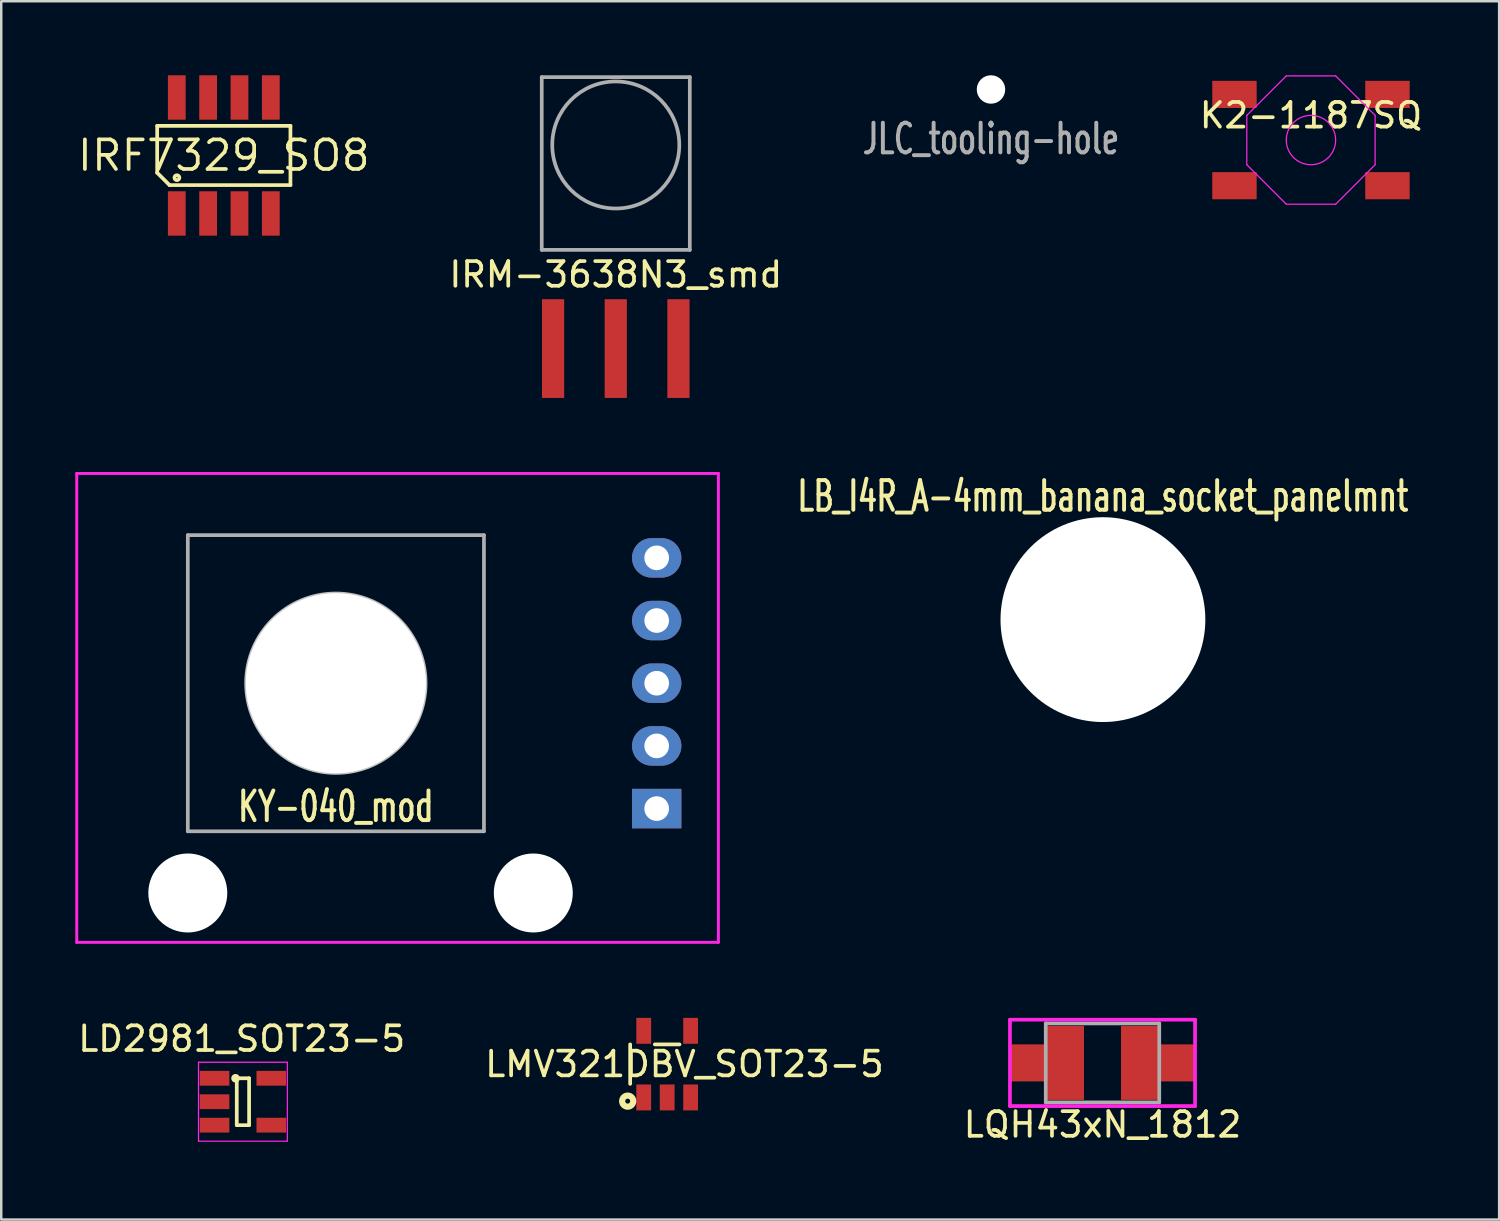
<source format=kicad_pcb>
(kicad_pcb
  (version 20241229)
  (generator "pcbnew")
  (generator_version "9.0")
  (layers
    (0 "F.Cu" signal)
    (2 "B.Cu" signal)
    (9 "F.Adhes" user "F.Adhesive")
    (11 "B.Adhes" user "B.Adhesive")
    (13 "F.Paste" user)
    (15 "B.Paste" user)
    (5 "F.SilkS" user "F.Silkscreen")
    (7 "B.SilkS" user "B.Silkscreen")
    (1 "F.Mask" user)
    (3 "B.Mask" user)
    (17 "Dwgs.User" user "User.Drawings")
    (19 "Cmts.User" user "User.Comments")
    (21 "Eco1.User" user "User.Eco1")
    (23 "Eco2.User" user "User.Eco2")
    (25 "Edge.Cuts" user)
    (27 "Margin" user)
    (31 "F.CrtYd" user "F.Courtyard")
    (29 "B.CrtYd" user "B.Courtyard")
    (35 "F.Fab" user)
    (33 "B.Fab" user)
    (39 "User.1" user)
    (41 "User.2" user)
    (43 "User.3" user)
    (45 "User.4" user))
  (footprint "LQH43xN_1812"
    (layer "F.Cu")
    (at 41.625 40.02)
    (property "Reference" "LQH43xN_1812" (at 0 2.5 0) (layer "F.SilkS") (effects (font (size 1 1) (thickness 0.15))))
    (attr through_hole)
    (fp_line (start -3.75 -1.75) (end 3.75 -1.75) (stroke (width 0.15) (type solid)) (layer "F.CrtYd"))
    (fp_line (start -3.75 1.75) (end -3.75 -1.75) (stroke (width 0.15) (type solid)) (layer "F.CrtYd"))
    (fp_line (start 3.75 -1.75) (end 3.75 1.75) (stroke (width 0.15) (type solid)) (layer "F.CrtYd"))
    (fp_line (start 3.75 1.75) (end -3.75 1.75) (stroke (width 0.15) (type solid)) (layer "F.CrtYd"))
    (fp_line (start -2.3 -1.6) (end 2.3 -1.6) (stroke (width 0.15) (type solid)) (layer "F.Fab"))
    (fp_line (start -2.3 1.6) (end -2.3 -1.6) (stroke (width 0.15) (type solid)) (layer "F.Fab"))
    (fp_line (start 2.3 -1.6) (end 2.3 1.6) (stroke (width 0.15) (type solid)) (layer "F.Fab"))
    (fp_line (start 2.3 1.6) (end -2.3 1.6) (stroke (width 0.15) (type solid)) (layer "F.Fab"))
    (pad "1" smd rect (at -3 0 90) (size 1.5 1.5) (layers "F.Cu" "F.Mask" "F.Paste"))
    (pad "1" smd rect (at -1.5 0) (size 1.5 3) (layers "F.Cu" "F.Mask" "F.Paste"))
    (pad "2" smd rect (at 1.5 0) (size 1.5 3) (layers "F.Cu" "F.Mask" "F.Paste"))
    (pad "2" smd rect (at 3 0 90) (size 1.5 1.5) (layers "F.Cu" "F.Mask" "F.Paste")))
  (footprint "LMV321DBV_SOT23-5"
    (layer "F.Cu")
    (at 23.985 40.07)
    (property "Reference" "LMV321DBV_SOT23-5" (at 0.7 0 0) (layer "F.SilkS") (effects (font (size 1 1) (thickness 0.15))))
    (attr through_hole)
    (fp_line (start -1.5 -0.8) (end -1.5 0.8) (stroke (width 0.15) (type solid)) (layer "F.SilkS"))
    (fp_line (start -0.5 -0.8) (end 0.5 -0.8) (stroke (width 0.15) (type solid)) (layer "F.SilkS"))
    (fp_circle (center -1.6 1.5) (end -1.5 1.5) (stroke (width 0.25) (type solid)) (fill no) (layer "F.SilkS"))
    (pad "1" smd rect (at -0.95 1.35) (size 0.6 1.05) (layers "F.Cu" "F.Mask" "F.Paste"))
    (pad "2" smd rect (at 0 1.35) (size 0.6 1.05) (layers "F.Cu" "F.Mask" "F.Paste"))
    (pad "3" smd rect (at 0.95 1.35) (size 0.6 1.05) (layers "F.Cu" "F.Mask" "F.Paste"))
    (pad "4" smd rect (at 0.95 -1.35) (size 0.6 1.05) (layers "F.Cu" "F.Mask" "F.Paste"))
    (pad "5" smd rect (at -0.95 -1.35) (size 0.6 1.05) (layers "F.Cu" "F.Mask" "F.Paste")))
  (footprint "IRF7329_SO8"
    (layer "F.Cu")
    (at 6.019 3.25)
    (property "Reference" "IRF7329_SO8" (at 0 0 0) (layer "F.SilkS") (effects (font (size 1.2 1.2) (thickness 0.15))))
    (attr through_hole)
    (fp_line (start -2.7 -1.2) (end 2.7 -1.2) (stroke (width 0.15) (type solid)) (layer "F.SilkS"))
    (fp_line (start -2.7 0.7) (end -2.7 -1.2) (stroke (width 0.15) (type solid)) (layer "F.SilkS"))
    (fp_line (start -2.2 1.2) (end -2.7 0.7) (stroke (width 0.15) (type solid)) (layer "F.SilkS"))
    (fp_line (start 2.7 -1.2) (end 2.7 1.2) (stroke (width 0.15) (type solid)) (layer "F.SilkS"))
    (fp_line (start 2.7 1.2) (end -2.2 1.2) (stroke (width 0.15) (type solid)) (layer "F.SilkS"))
    (fp_circle (center -1.9 0.9) (end -1.8 0.9) (stroke (width 0.15) (type solid)) (fill no) (layer "F.SilkS"))
    (pad "1" smd rect (at -1.905 2.35) (size 0.72 1.8) (layers "F.Cu" "F.Mask" "F.Paste"))
    (pad "2" smd rect (at -0.635 2.35) (size 0.72 1.8) (layers "F.Cu" "F.Mask" "F.Paste"))
    (pad "3" smd rect (at 0.635 2.35) (size 0.72 1.8) (layers "F.Cu" "F.Mask" "F.Paste"))
    (pad "4" smd rect (at 1.905 2.35) (size 0.72 1.8) (layers "F.Cu" "F.Mask" "F.Paste"))
    (pad "5" smd rect (at 1.905 -2.35) (size 0.72 1.8) (layers "F.Cu" "F.Mask" "F.Paste"))
    (pad "6" smd rect (at 0.635 -2.35) (size 0.72 1.8) (layers "F.Cu" "F.Mask" "F.Paste"))
    (pad "7" smd rect (at -0.635 -2.35) (size 0.72 1.8) (layers "F.Cu" "F.Mask" "F.Paste"))
    (pad "8" smd rect (at -1.905 -2.35) (size 0.72 1.8) (layers "F.Cu" "F.Mask" "F.Paste")))
  (footprint "JLC_tooling-hole"
    (layer "F.Cu")
    (at 37.106 0.576)
    (property "Reference" "JLC_tooling-hole" (at 0 2 0) (layer "F.Fab") (effects (font (size 1.2 0.8) (thickness 0.16))))
    (attr through_hole)
    (pad "" np_thru_hole circle (at 0 0) (size 1.152 1.152) (drill 1.152) (layers "*.Cu" "*.Mask")))
  (footprint "IRM-3638N3_smd"
    (layer "F.Cu")
    (at 21.902 9.075)
    (property "Reference" "IRM-3638N3_smd" (at 0 -1 0) (layer "F.SilkS") (effects (font (size 1 1) (thickness 0.15))))
    (attr through_hole)
    (fp_line (start -3 -9) (end -3 -2) (stroke (width 0.15) (type solid)) (layer "F.Fab"))
    (fp_line (start -3 -2) (end 3 -2) (stroke (width 0.15) (type solid)) (layer "F.Fab"))
    (fp_line (start 3 -9) (end -3 -9) (stroke (width 0.15) (type solid)) (layer "F.Fab"))
    (fp_line (start 3 -2) (end 3 -9) (stroke (width 0.15) (type solid)) (layer "F.Fab"))
    (fp_circle (center 0 -6.25) (end 2.25 -5) (stroke (width 0.15) (type solid)) (fill no) (layer "F.Fab"))
    (pad "1" smd rect (at -2.54 2) (size 0.9 4) (layers "F.Cu" "F.Mask" "F.Paste"))
    (pad "2" smd rect (at 0 2) (size 0.9 4) (layers "F.Cu" "F.Mask" "F.Paste"))
    (pad "3" smd rect (at 2.54 2) (size 0.9 4) (layers "F.Cu" "F.Mask" "F.Paste")))
  (footprint "K2-1187SQ"
    (layer "F.Cu")
    (at 50.072 2.625)
    (property "Reference" "K2-1187SQ" (at 0 -1 180) (layer "F.SilkS") (effects (font (size 1 1) (thickness 0.15))))
    (attr smd)
    (fp_line (start -2.6 -1) (end -1 -2.6) (stroke (width 0.05) (type solid)) (layer "F.CrtYd"))
    (fp_line (start -2.6 1) (end -2.6 -1) (stroke (width 0.05) (type solid)) (layer "F.CrtYd"))
    (fp_line (start -1 -2.6) (end 1 -2.6) (stroke (width 0.05) (type solid)) (layer "F.CrtYd"))
    (fp_line (start -1 2.6) (end -2.6 1) (stroke (width 0.05) (type solid)) (layer "F.CrtYd"))
    (fp_line (start 1 -2.6) (end 2.6 -1) (stroke (width 0.05) (type solid)) (layer "F.CrtYd"))
    (fp_line (start 1 2.6) (end -1 2.6) (stroke (width 0.05) (type solid)) (layer "F.CrtYd"))
    (fp_line (start 2.6 -1) (end 2.6 1) (stroke (width 0.05) (type solid)) (layer "F.CrtYd"))
    (fp_line (start 2.6 1) (end 1 2.6) (stroke (width 0.05) (type solid)) (layer "F.CrtYd"))
    (fp_circle (center 0 0) (end 1 0) (stroke (width 0.05) (type solid)) (fill no) (layer "F.CrtYd"))
    (pad "1" smd rect (at -3.1 1.85) (size 1.8 1.1) (layers "F.Cu" "F.Mask" "F.Paste"))
    (pad "2" smd rect (at 3.1 1.85) (size 1.8 1.1) (layers "F.Cu" "F.Mask" "F.Paste"))
    (pad "3" smd rect (at 3.1 -1.85 180) (size 1.8 1.1) (layers "F.Cu" "F.Mask" "F.Paste"))
    (pad "4" smd rect (at -3.1 -1.85) (size 1.8 1.1) (layers "F.Cu" "F.Mask" "F.Paste")))
  (footprint "KY-040_mod"
    (layer "F.Cu")
    (at 10.56 24.635)
    (property "Reference" "KY-040_mod" (at 0 5 0) (layer "F.SilkS") (effects (font (size 1.2 0.8) (thickness 0.16))))
    (attr through_hole)
    (fp_circle (center 0 0) (end 3.65 0) (stroke (width 0.12) (type solid)) (fill no) (layer "Dwgs.User"))
    (fp_line (start -10.5 -8.5) (end -10.5 10.5) (stroke (width 0.12) (type solid)) (layer "F.CrtYd"))
    (fp_line (start -10.5 -8.5) (end 15.5 -8.5) (stroke (width 0.12) (type solid)) (layer "F.CrtYd"))
    (fp_line (start -10.5 10.5) (end 15.5 10.5) (stroke (width 0.12) (type solid)) (layer "F.CrtYd"))
    (fp_line (start 15.5 -8.5) (end 15.5 10.5) (stroke (width 0.12) (type solid)) (layer "F.CrtYd"))
    (fp_line (start -6 -6) (end 6 -6) (stroke (width 0.15) (type solid)) (layer "F.Fab"))
    (fp_line (start -6 6) (end -6 -6) (stroke (width 0.15) (type solid)) (layer "F.Fab"))
    (fp_line (start 6 -6) (end 6 6) (stroke (width 0.15) (type solid)) (layer "F.Fab"))
    (fp_line (start 6 6) (end -6 6) (stroke (width 0.15) (type solid)) (layer "F.Fab"))
    (pad "" np_thru_hole circle (at -6 8.5) (size 3.2 3.2) (drill 3.2) (layers "*.Cu" "*.Mask"))
    (pad "" np_thru_hole circle (at 0 0) (size 7.3 7.3) (drill 7.3) (layers "*.Cu" "*.Mask"))
    (pad "" np_thru_hole circle (at 8 8.5) (size 3.2 3.2) (drill 3.2) (layers "*.Cu" "*.Mask"))
    (pad "1" thru_hole rect (at 13 5.08) (size 2 1.6) (drill 1) (layers "*.Cu" "*.Mask"))
    (pad "2" thru_hole oval (at 13 2.54) (size 2 1.6) (drill 1) (layers "*.Cu" "*.Mask"))
    (pad "3" thru_hole oval (at 13 0) (size 2 1.6) (drill 1) (layers "*.Cu" "*.Mask"))
    (pad "4" thru_hole oval (at 13 -2.54) (size 2 1.6) (drill 1) (layers "*.Cu" "*.Mask"))
    (pad "5" thru_hole oval (at 13 -5.08) (size 2 1.6) (drill 1) (layers "*.Cu" "*.Mask")))
  (footprint "LB_I4R_A-4mm_banana_socket_panelmnt"
    (layer "F.Cu")
    (at 41.642 22.058)
    (property "Reference" "LB_I4R_A-4mm_banana_socket_panelmnt" (at 0 -5 0) (layer "F.SilkS") (effects (font (size 1.2 0.8) (thickness 0.16))))
    (attr through_hole)
    (pad "" np_thru_hole circle (at 0 0) (size 8.3 8.3) (drill 8.3) (layers "*.Cu" "*.Mask")))
  (footprint "LD2981_SOT23-5"
    (layer "F.Cu")
    (at 6.794 41.593)
    (property "Reference" "LD2981_SOT23-5" (at -0.05 -2.55 0) (layer "F.SilkS") (effects (font (size 1 1) (thickness 0.15))))
    (attr smd)
    (fp_line (start -0.25 -0.95) (end -0.25 0.95) (stroke (width 0.15) (type solid)) (layer "F.SilkS"))
    (fp_line (start -0.25 0.95) (end 0.25 0.95) (stroke (width 0.15) (type solid)) (layer "F.SilkS"))
    (fp_line (start 0.25 -0.95) (end -0.25 -0.95) (stroke (width 0.15) (type solid)) (layer "F.SilkS"))
    (fp_line (start 0.25 0.95) (end 0.25 -0.95) (stroke (width 0.15) (type solid)) (layer "F.SilkS"))
    (fp_circle (center -0.3 -0.95) (end -0.2 -0.95) (stroke (width 0.15) (type solid)) (fill no) (layer "F.SilkS"))
    (fp_line (start -1.8 -1.6) (end 1.8 -1.6) (stroke (width 0.05) (type solid)) (layer "F.CrtYd"))
    (fp_line (start -1.8 1.6) (end -1.8 -1.6) (stroke (width 0.05) (type solid)) (layer "F.CrtYd"))
    (fp_line (start 1.8 -1.6) (end 1.8 1.6) (stroke (width 0.05) (type solid)) (layer "F.CrtYd"))
    (fp_line (start 1.8 1.6) (end -1.8 1.6) (stroke (width 0.05) (type solid)) (layer "F.CrtYd"))
    (pad "1" smd rect (at -1.15 -0.95) (size 1.2 0.6) (layers "F.Cu" "F.Mask" "F.Paste"))
    (pad "2" smd rect (at -1.15 0) (size 1.2 0.6) (layers "F.Cu" "F.Mask" "F.Paste"))
    (pad "3" smd rect (at -1.15 0.95) (size 1.2 0.6) (layers "F.Cu" "F.Mask" "F.Paste"))
    (pad "4" smd rect (at 1.15 0.95) (size 1.2 0.6) (layers "F.Cu" "F.Mask" "F.Paste"))
    (pad "5" smd rect (at 1.15 -0.95) (size 1.2 0.6) (layers "F.Cu" "F.Mask" "F.Paste")))
  (gr_rect
    (start -3 -3)
    (end 57.697 46.368)
    (stroke (width 0.1) (type default))
    (fill no)
    (layer "Edge.Cuts")))
</source>
